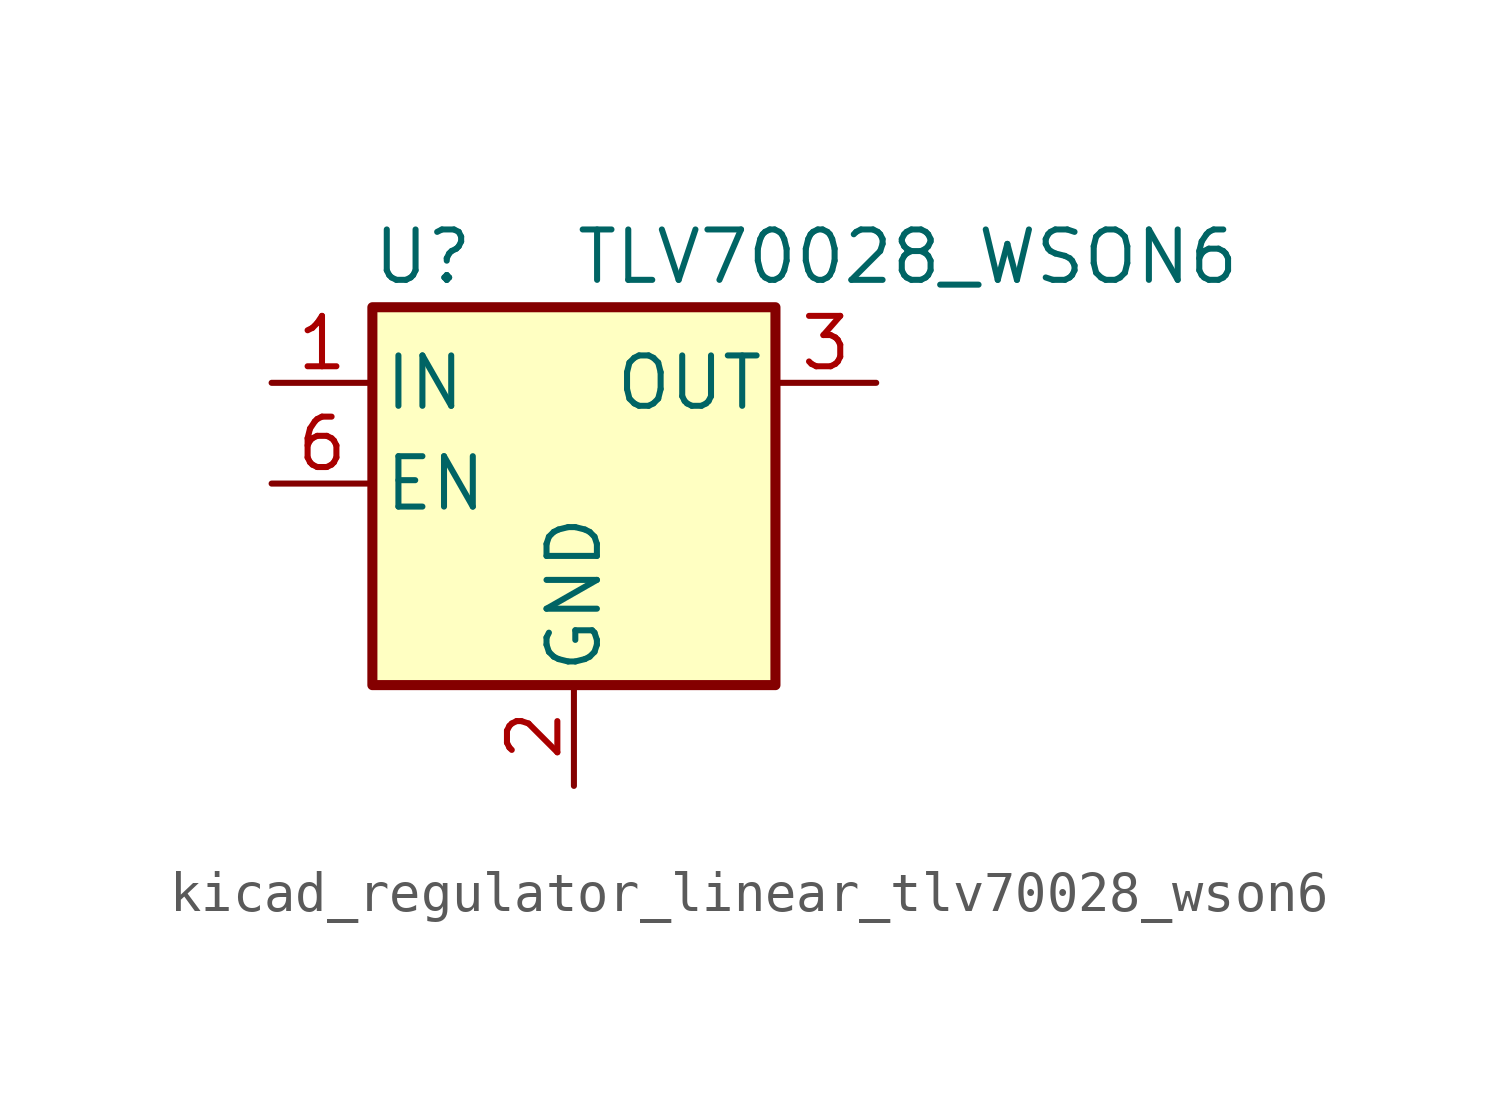
<source format=kicad_sym>
(kicad_symbol_lib
  (version 20220914)
  (generator kicad_symbol_editor)
  (symbol "kicad_regulator_linear_tlv70028_wson6"
    (pin_names
      (offset 0.254))
    (property "Reference" "U"
      (at -3.81 5.715 0)
      (effects (font (size 1.27 1.27))))
    (property "Value" "TLV70028_WSON6"
      (at 0 5.715 0)
      (effects (font (size 1.27 1.27)) (justify left)))
    (symbol "kicad_regulator_linear_tlv70028_wson6_0_1"
      (rectangle (start -5.08 4.445) (end 5.08 -5.08) (stroke (width 0.254) (type default)) (fill (type background))))
    (symbol "kicad_regulator_linear_tlv70028_wson6_1_1"
      (pin power_in line (at -7.62 2.54 0) (length 2.54) (name "IN" (effects (font (size 1.27 1.27)))) (number "1" (effects (font (size 1.27 1.27)))))
      (pin power_in line (at 0 -7.62 90) (length 2.54) (name "GND" (effects (font (size 1.27 1.27)))) (number "2" (effects (font (size 1.27 1.27)))))
      (pin power_out line (at 7.62 2.54 180) (length 2.54) (name "OUT" (effects (font (size 1.27 1.27)))) (number "3" (effects (font (size 1.27 1.27)))))
      (pin no_connect line (at 7.62 0 180) (length 2.54) hide (name "NC" (effects (font (size 1.27 1.27)))) (number "4" (effects (font (size 1.27 1.27)))))
      (pin no_connect line (at -2.54 -5.08 90) (length 2.54) hide (name "NC" (effects (font (size 1.27 1.27)))) (number "5" (effects (font (size 1.27 1.27)))))
      (pin input line (at -7.62 0 0) (length 2.54) (name "EN" (effects (font (size 1.27 1.27)))) (number "6" (effects (font (size 1.27 1.27))))))))
</source>
